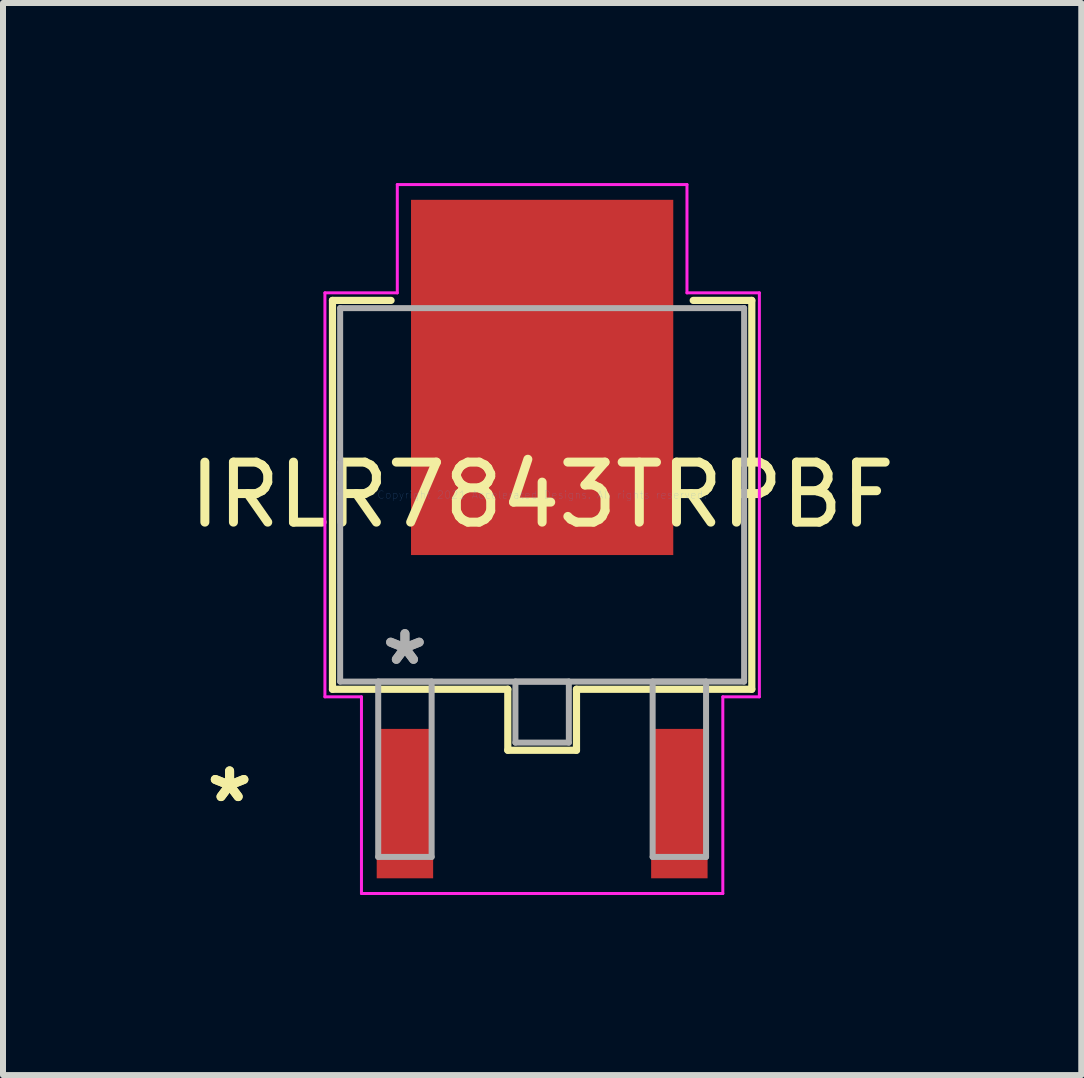
<source format=kicad_pcb>
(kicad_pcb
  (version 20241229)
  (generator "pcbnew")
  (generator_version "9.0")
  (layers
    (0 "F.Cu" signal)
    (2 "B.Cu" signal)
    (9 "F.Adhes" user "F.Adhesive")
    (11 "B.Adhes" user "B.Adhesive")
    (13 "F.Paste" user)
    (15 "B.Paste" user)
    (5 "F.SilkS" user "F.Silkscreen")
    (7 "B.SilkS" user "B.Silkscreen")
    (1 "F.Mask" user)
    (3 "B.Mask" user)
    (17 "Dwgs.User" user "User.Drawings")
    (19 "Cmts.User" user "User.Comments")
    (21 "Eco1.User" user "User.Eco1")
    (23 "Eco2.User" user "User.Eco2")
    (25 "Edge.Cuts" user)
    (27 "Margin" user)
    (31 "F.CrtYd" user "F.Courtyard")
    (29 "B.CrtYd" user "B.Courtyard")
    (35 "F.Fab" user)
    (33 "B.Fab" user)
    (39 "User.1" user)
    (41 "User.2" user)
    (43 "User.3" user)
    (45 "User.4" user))
  (footprint "IRLR7843TRPBF"
    (layer "F.Cu")
    (at 5.982 5.194)
    (property "Reference" "IRLR7843TRPBF" (at 0 0 0) (layer "F.SilkS") (effects (font (size 1 1) (thickness 0.15))))
    (attr through_hole)
    (fp_line (start -3.493 -3.239) (end -3.493 3.239) (stroke (width 0.12) (type solid)) (layer "F.SilkS"))
    (fp_line (start -3.493 3.239) (end -0.572 3.239) (stroke (width 0.12) (type solid)) (layer "F.SilkS"))
    (fp_line (start -2.517 -3.239) (end -3.493 -3.239) (stroke (width 0.12) (type solid)) (layer "F.SilkS"))
    (fp_line (start -0.572 3.239) (end -0.572 4.255) (stroke (width 0.12) (type solid)) (layer "F.SilkS"))
    (fp_line (start -0.572 4.255) (end 0.572 4.255) (stroke (width 0.12) (type solid)) (layer "F.SilkS"))
    (fp_line (start 0.572 3.239) (end 3.493 3.239) (stroke (width 0.12) (type solid)) (layer "F.SilkS"))
    (fp_line (start 0.572 4.255) (end 0.572 3.239) (stroke (width 0.12) (type solid)) (layer "F.SilkS"))
    (fp_line (start 3.493 -3.239) (end 2.517 -3.239) (stroke (width 0.12) (type solid)) (layer "F.SilkS"))
    (fp_line (start 3.493 3.239) (end 3.493 -3.239) (stroke (width 0.12) (type solid)) (layer "F.SilkS"))
    (fp_line (start -3.619 -3.365) (end -2.413 -3.365) (stroke (width 0.05) (type solid)) (layer "F.CrtYd"))
    (fp_line (start -3.619 3.365) (end -3.619 -3.365) (stroke (width 0.05) (type solid)) (layer "F.CrtYd"))
    (fp_line (start -3.01 3.365) (end -3.619 3.365) (stroke (width 0.05) (type solid)) (layer "F.CrtYd"))
    (fp_line (start -3.01 6.642) (end -3.01 3.365) (stroke (width 0.05) (type solid)) (layer "F.CrtYd"))
    (fp_line (start -2.413 -5.169) (end 2.413 -5.169) (stroke (width 0.05) (type solid)) (layer "F.CrtYd"))
    (fp_line (start -2.413 -3.365) (end -2.413 -5.169) (stroke (width 0.05) (type solid)) (layer "F.CrtYd"))
    (fp_line (start 2.413 -5.169) (end 2.413 -3.365) (stroke (width 0.05) (type solid)) (layer "F.CrtYd"))
    (fp_line (start 2.413 -3.365) (end 3.619 -3.365) (stroke (width 0.05) (type solid)) (layer "F.CrtYd"))
    (fp_line (start 3.01 3.365) (end 3.01 6.642) (stroke (width 0.05) (type solid)) (layer "F.CrtYd"))
    (fp_line (start 3.01 6.642) (end -3.01 6.642) (stroke (width 0.05) (type solid)) (layer "F.CrtYd"))
    (fp_line (start 3.619 -3.365) (end 3.619 3.365) (stroke (width 0.05) (type solid)) (layer "F.CrtYd"))
    (fp_line (start 3.619 3.365) (end 3.01 3.365) (stroke (width 0.05) (type solid)) (layer "F.CrtYd"))
    (fp_line (start -3.365 -3.111) (end -3.365 3.111) (stroke (width 0.1) (type solid)) (layer "F.Fab"))
    (fp_line (start -3.365 3.111) (end 3.365 3.111) (stroke (width 0.1) (type solid)) (layer "F.Fab"))
    (fp_line (start -2.731 3.111) (end -2.731 6.032) (stroke (width 0.1) (type solid)) (layer "F.Fab"))
    (fp_line (start -2.731 6.032) (end -1.841 6.032) (stroke (width 0.1) (type solid)) (layer "F.Fab"))
    (fp_line (start -1.841 3.111) (end -2.731 3.111) (stroke (width 0.1) (type solid)) (layer "F.Fab"))
    (fp_line (start -1.841 6.032) (end -1.841 3.111) (stroke (width 0.1) (type solid)) (layer "F.Fab"))
    (fp_line (start -0.445 3.111) (end -0.445 4.128) (stroke (width 0.1) (type solid)) (layer "F.Fab"))
    (fp_line (start -0.445 4.128) (end 0.445 4.128) (stroke (width 0.1) (type solid)) (layer "F.Fab"))
    (fp_line (start 0.445 3.111) (end -0.445 3.111) (stroke (width 0.1) (type solid)) (layer "F.Fab"))
    (fp_line (start 0.445 4.128) (end 0.445 3.111) (stroke (width 0.1) (type solid)) (layer "F.Fab"))
    (fp_line (start 1.841 3.111) (end 1.841 6.032) (stroke (width 0.1) (type solid)) (layer "F.Fab"))
    (fp_line (start 1.841 6.032) (end 2.731 6.032) (stroke (width 0.1) (type solid)) (layer "F.Fab"))
    (fp_line (start 2.731 3.111) (end 1.841 3.111) (stroke (width 0.1) (type solid)) (layer "F.Fab"))
    (fp_line (start 2.731 6.032) (end 2.731 3.111) (stroke (width 0.1) (type solid)) (layer "F.Fab"))
    (fp_line (start 3.365 -3.111) (end -3.365 -3.111) (stroke (width 0.1) (type solid)) (layer "F.Fab"))
    (fp_line (start 3.365 3.111) (end 3.365 -3.111) (stroke (width 0.1) (type solid)) (layer "F.Fab"))
    (fp_text user "*" (at -5.207 5.144 0) (layer "F.SilkS") (effects (font (size 1 1) (thickness 0.15))))
    (fp_text user "*" (at -5.207 5.144 0) (layer "F.SilkS") (effects (font (size 1 1) (thickness 0.15))))
    (fp_text user "Copyright 2021 Accelerated Designs. All rights reserved." (at 0 0 0) (layer "Cmts.User") (effects (font (size 0.127 0.127) (thickness 0.002))))
    (fp_text user "*" (at -2.286 2.857 0) (layer "F.Fab") (effects (font (size 1 1) (thickness 0.15))))
    (fp_text user "*" (at -2.286 2.857 0) (layer "F.Fab") (effects (font (size 1 1) (thickness 0.15))))
    (pad "1" smd rect (at -2.286 5.144) (size 0.94 2.489) (layers "F.Cu" "F.Mask" "F.Paste"))
    (pad "2" smd rect (at 2.286 5.144) (size 0.94 2.489) (layers "F.Cu" "F.Mask" "F.Paste"))
    (pad "3" smd rect (at 0 -1.956) (size 4.369 5.918) (layers "F.Cu" "F.Mask" "F.Paste")))
  (gr_rect
    (start -3 -3)
    (end 14.964 14.861)
    (stroke (width 0.1) (type default))
    (fill no)
    (layer "Edge.Cuts")))
</source>
